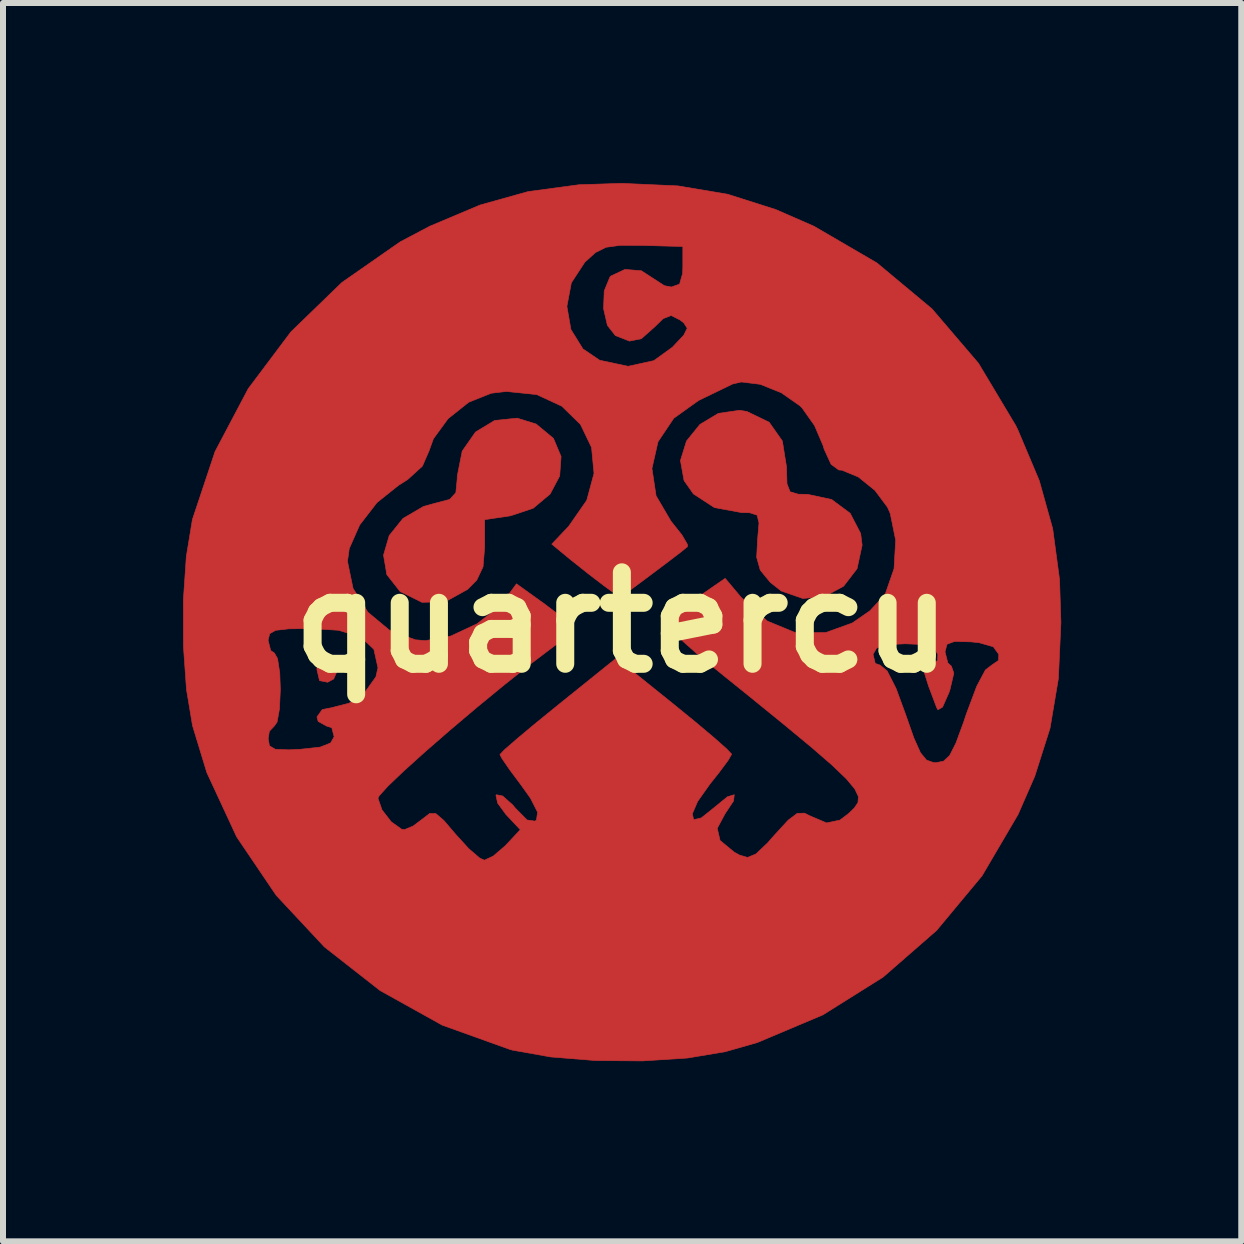
<source format=kicad_pcb>
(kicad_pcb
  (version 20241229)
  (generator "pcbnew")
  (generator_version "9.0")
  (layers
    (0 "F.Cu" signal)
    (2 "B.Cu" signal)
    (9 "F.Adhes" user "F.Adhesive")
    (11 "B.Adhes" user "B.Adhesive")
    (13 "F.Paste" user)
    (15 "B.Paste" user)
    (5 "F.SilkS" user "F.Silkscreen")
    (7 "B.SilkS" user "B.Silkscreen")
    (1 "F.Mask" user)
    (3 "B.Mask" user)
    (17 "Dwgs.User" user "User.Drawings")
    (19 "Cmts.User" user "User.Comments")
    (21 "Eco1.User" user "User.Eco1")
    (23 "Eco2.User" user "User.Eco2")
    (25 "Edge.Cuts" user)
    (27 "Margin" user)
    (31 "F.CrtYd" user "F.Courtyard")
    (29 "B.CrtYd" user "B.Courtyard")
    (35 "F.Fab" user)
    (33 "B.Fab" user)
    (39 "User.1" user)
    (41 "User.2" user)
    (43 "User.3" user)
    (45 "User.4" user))
  (footprint "quartercu"
    (layer "F.Cu")
    (at 7.311 7.32)
    (property "Reference" "quartercu" (at 0 0 0) (layer "F.SilkS") (effects (font (size 1.524 1.524) (thickness 0.3))))
    (attr through_hole)
    (fp_poly (pts (xy -4.902 0.527) (xy -4.756 0.642) (xy -4.724 0.762) (xy -4.801 0.942) (xy -4.902 0.997) (xy -5.037 0.97) (xy -5.08 0.79) (xy -5.08 0.762) (xy -5.045 0.565) (xy -4.921 0.524) (xy -4.902 0.527)) (stroke (width 0.01) (type solid)) (fill yes) (layer "F.Cu"))
    (fp_poly (pts (xy -1.428 -3.305) (xy -1.14 -3.066) (xy -1.013 -2.764) (xy -1.036 -2.44) (xy -1.195 -2.139) (xy -1.478 -1.902) (xy -1.857 -1.776) (xy -2.286 -1.712) (xy -2.286 -1.253) (xy -2.313 -0.926) (xy -2.418 -0.704) (xy -2.571 -0.55) (xy -2.943 -0.344) (xy -3.331 -0.335) (xy -3.695 -0.515) (xy -3.916 -0.796) (xy -3.971 -1.121) (xy -3.876 -1.447) (xy -3.647 -1.732) (xy -3.303 -1.933) (xy -3.11 -1.986) (xy -2.869 -2.049) (xy -2.766 -2.161) (xy -2.743 -2.395) (xy -2.743 -2.436) (xy -2.66 -2.854) (xy -2.438 -3.172) (xy -2.119 -3.365) (xy -1.744 -3.403) (xy -1.428 -3.305)) (stroke (width 0.01) (type solid)) (fill yes) (layer "F.Cu"))
    (fp_poly (pts (xy 2.083 -3.514) (xy 2.454 -3.335) (xy 2.674 -3.022) (xy 2.743 -2.591) (xy 2.751 -2.31) (xy 2.802 -2.177) (xy 2.94 -2.136) (xy 3.093 -2.134) (xy 3.495 -2.048) (xy 3.804 -1.818) (xy 3.979 -1.481) (xy 4.003 -1.286) (xy 3.918 -0.894) (xy 3.694 -0.603) (xy 3.377 -0.432) (xy 3.015 -0.399) (xy 2.654 -0.524) (xy 2.472 -0.668) (xy 2.306 -0.871) (xy 2.246 -1.084) (xy 2.261 -1.379) (xy 2.285 -1.657) (xy 2.253 -1.787) (xy 2.131 -1.827) (xy 1.994 -1.83) (xy 1.542 -1.913) (xy 1.192 -2.141) (xy 1.036 -2.364) (xy 0.976 -2.697) (xy 1.077 -3.022) (xy 1.3 -3.298) (xy 1.608 -3.483) (xy 1.962 -3.534) (xy 2.083 -3.514)) (stroke (width 0.01) (type solid)) (fill yes) (layer "F.Cu"))
    (fp_poly (pts (xy 0.934 -7.273) (xy 1.762 -7.134) (xy 2.564 -6.879) (xy 3.2 -6.601) (xy 4.25 -5.989) (xy 5.167 -5.224) (xy 5.942 -4.317) (xy 6.565 -3.276) (xy 6.601 -3.2) (xy 6.954 -2.363) (xy 7.178 -1.562) (xy 7.292 -0.715) (xy 7.315 -0.000001) (xy 7.273 0.934) (xy 7.134 1.762) (xy 6.879 2.564) (xy 6.601 3.2) (xy 6.001 4.222) (xy 5.244 5.132) (xy 4.352 5.91) (xy 3.349 6.539) (xy 2.257 7) (xy 1.721 7.153) (xy 1.092 7.258) (xy 0.347 7.306) (xy -0.438 7.3) (xy -1.185 7.24) (xy -1.82 7.127) (xy -1.868 7.114) (xy -2.993 6.71) (xy -4.028 6.134) (xy -4.956 5.407) (xy -5.759 4.547) (xy -6.418 3.573) (xy -6.915 2.502) (xy -7.153 1.721) (xy -7.254 1.116) (xy -7.305 0.394) (xy -7.305 0.305) (xy -5.893 0.305) (xy -5.85 0.47) (xy -5.791 0.508) (xy -5.737 0.601) (xy -5.7 0.842) (xy -5.69 1.118) (xy -5.705 1.442) (xy -5.745 1.662) (xy -5.791 1.727) (xy -5.873 1.813) (xy -5.893 1.936) (xy -5.872 2.056) (xy -5.776 2.113) (xy -5.555 2.123) (xy -5.36 2.114) (xy -5.028 2.078) (xy -4.853 2.009) (xy -4.794 1.905) (xy -4.833 1.754) (xy -4.92 1.727) (xy -5.06 1.649) (xy -5.08 1.575) (xy -4.992 1.452) (xy -4.84 1.422) (xy -4.544 1.346) (xy -4.275 1.155) (xy -4.098 0.907) (xy -4.064 0.755) (xy -4.132 0.448) (xy -4.347 0.243) (xy -4.722 0.131) (xy -5.182 0.102) (xy -5.555 0.107) (xy -5.769 0.132) (xy -5.867 0.188) (xy -5.893 0.289) (xy -5.893 0.305) (xy -7.305 0.305) (xy -7.306 -0.37) (xy -7.262 -1.017) (xy -4.572 -1.017) (xy -4.479 -0.567) (xy -4.231 -0.169) (xy -3.87 0.131) (xy -3.441 0.29) (xy -3.273 0.304) (xy -2.85 0.227) (xy -2.412 0.023) (xy -2.049 -0.259) (xy -1.956 -0.369) (xy -1.756 -0.643) (xy -1.284 -0.304) (xy -1.029 -0.11) (xy -0.857 0.04) (xy -0.813 0.1) (xy -0.887 0.195) (xy -1.072 0.353) (xy -1.143 0.406) (xy -1.527 0.697) (xy -1.96 1.041) (xy -2.415 1.415) (xy -2.863 1.794) (xy -3.278 2.155) (xy -3.631 2.473) (xy -3.896 2.726) (xy -4.043 2.888) (xy -4.064 2.929) (xy -3.997 3.123) (xy -3.842 3.323) (xy -3.671 3.445) (xy -3.624 3.454) (xy -3.477 3.392) (xy -3.324 3.277) (xy -3.203 3.184) (xy -3.1 3.185) (xy -2.965 3.301) (xy -2.769 3.531) (xy -2.551 3.77) (xy -2.368 3.927) (xy -2.291 3.962) (xy -2.144 3.894) (xy -1.949 3.727) (xy -1.93 3.708) (xy -1.692 3.454) (xy -1.93 3.201) (xy -2.069 3.012) (xy -2.098 2.881) (xy -2.091 2.871) (xy -1.986 2.892) (xy -1.821 3.039) (xy -1.772 3.097) (xy -1.579 3.292) (xy -1.446 3.311) (xy -1.423 3.292) (xy -1.404 3.162) (xy -1.523 2.928) (xy -1.674 2.716) (xy -1.867 2.457) (xy -1.997 2.268) (xy -2.032 2.202) (xy -1.958 2.124) (xy -1.754 1.946) (xy -1.453 1.694) (xy -1.084 1.394) (xy -1.062 1.376) (xy -0.092 0.595) (xy 0.868 1.368) (xy 1.238 1.67) (xy 1.542 1.926) (xy 1.749 2.11) (xy 1.829 2.195) (xy 1.829 2.196) (xy 1.77 2.299) (xy 1.616 2.506) (xy 1.465 2.696) (xy 1.262 2.983) (xy 1.174 3.188) (xy 1.196 3.288) (xy 1.324 3.257) (xy 1.534 3.089) (xy 1.759 2.905) (xy 1.873 2.871) (xy 1.86 2.976) (xy 1.719 3.188) (xy 1.589 3.431) (xy 1.636 3.633) (xy 1.871 3.827) (xy 1.961 3.877) (xy 2.095 3.916) (xy 2.234 3.858) (xy 2.426 3.676) (xy 2.545 3.541) (xy 2.771 3.295) (xy 2.921 3.182) (xy 3.043 3.178) (xy 3.14 3.226) (xy 3.411 3.341) (xy 3.633 3.294) (xy 3.777 3.185) (xy 3.874 3.091) (xy 3.934 3.001) (xy 3.941 2.901) (xy 3.881 2.775) (xy 3.741 2.607) (xy 3.507 2.382) (xy 3.165 2.085) (xy 2.7 1.7) (xy 2.1 1.212) (xy 1.688 0.88) (xy 1.263 0.533) (xy 1.263 0.533) (xy 4.185 0.533) (xy 4.222 0.684) (xy 4.302 0.711) (xy 4.421 0.81) (xy 4.569 1.102) (xy 4.724 1.524) (xy 4.865 1.926) (xy 4.975 2.171) (xy 5.076 2.294) (xy 5.192 2.335) (xy 5.232 2.337) (xy 5.358 2.313) (xy 5.461 2.218) (xy 5.565 2.013) (xy 5.695 1.66) (xy 5.74 1.524) (xy 5.912 1.065) (xy 6.057 0.792) (xy 6.163 0.711) (xy 6.276 0.633) (xy 6.28 0.533) (xy 6.189 0.406) (xy 5.952 0.338) (xy 5.816 0.324) (xy 5.542 0.317) (xy 5.417 0.364) (xy 5.385 0.484) (xy 5.385 0.494) (xy 5.431 0.675) (xy 5.49 0.729) (xy 5.531 0.845) (xy 5.467 1.118) (xy 5.45 1.169) (xy 5.343 1.411) (xy 5.266 1.456) (xy 5.246 1.422) (xy 5.11 1.061) (xy 5.043 0.848) (xy 5.041 0.746) (xy 5.096 0.713) (xy 5.141 0.711) (xy 5.26 0.635) (xy 5.264 0.533) (xy 5.198 0.423) (xy 5.025 0.369) (xy 4.724 0.356) (xy 4.407 0.371) (xy 4.243 0.429) (xy 4.185 0.533) (xy 1.263 0.533) (xy 0.985 0.285) (xy 0.847 0.103) (xy 0.839 -0.044) (xy 0.953 -0.188) (xy 1.181 -0.36) (xy 1.32 -0.457) (xy 1.721 -0.734) (xy 1.99 -0.414) (xy 2.424 -0.022) (xy 2.897 0.173) (xy 3.4 0.168) (xy 3.839 0.01) (xy 4.132 -0.193) (xy 4.366 -0.444) (xy 4.394 -0.489) (xy 4.535 -0.895) (xy 4.562 -1.37) (xy 4.472 -1.814) (xy 4.425 -1.92) (xy 4.217 -2.199) (xy 3.94 -2.423) (xy 3.667 -2.536) (xy 3.614 -2.54) (xy 3.486 -2.634) (xy 3.371 -2.884) (xy 3.353 -2.946) (xy 3.21 -3.28) (xy 3.003 -3.573) (xy 2.968 -3.608) (xy 2.657 -3.826) (xy 2.306 -3.967) (xy 1.988 -4.006) (xy 1.844 -3.972) (xy 1.649 -3.877) (xy 1.367 -3.741) (xy 1.279 -3.698) (xy 0.865 -3.402) (xy 0.602 -3.01) (xy 0.501 -2.565) (xy 0.57 -2.109) (xy 0.819 -1.685) (xy 0.826 -1.677) (xy 1.002 -1.455) (xy 1.092 -1.3) (xy 1.093 -1.262) (xy 0.991 -1.179) (xy 0.773 -1.012) (xy 0.507 -0.812) (xy -0.028 -0.413) (xy -0.294 -0.608) (xy -0.56 -0.811) (xy -0.847 -1.04) (xy -0.864 -1.053) (xy -1.168 -1.304) (xy -0.887 -1.6) (xy -0.585 -2.034) (xy -0.464 -2.483) (xy -0.505 -2.914) (xy -0.689 -3.298) (xy -1 -3.602) (xy -1.418 -3.796) (xy -1.926 -3.848) (xy -2.177 -3.818) (xy -2.552 -3.668) (xy -2.895 -3.395) (xy -3.14 -3.06) (xy -3.213 -2.857) (xy -3.323 -2.604) (xy -3.568 -2.381) (xy -3.721 -2.284) (xy -4.08 -1.997) (xy -4.368 -1.624) (xy -4.542 -1.231) (xy -4.572 -1.017) (xy -7.262 -1.017) (xy -7.257 -1.095) (xy -7.157 -1.704) (xy -7.153 -1.721) (xy -6.778 -2.846) (xy -6.225 -3.894) (xy -5.514 -4.841) (xy -5.076 -5.265) (xy -0.916 -5.265) (xy -0.849 -4.88) (xy -0.649 -4.557) (xy -0.37 -4.368) (xy 0.104 -4.267) (xy 0.532 -4.361) (xy 0.841 -4.584) (xy 1.031 -4.785) (xy 1.089 -4.902) (xy 1.031 -4.991) (xy 0.969 -5.039) (xy 0.821 -5.114) (xy 0.687 -5.061) (xy 0.548 -4.925) (xy 0.325 -4.727) (xy 0.127 -4.687) (xy -0.108 -4.779) (xy -0.241 -4.949) (xy -0.305 -5.227) (xy -0.294 -5.523) (xy -0.2 -5.752) (xy -0.183 -5.771) (xy 0.051 -5.881) (xy 0.325 -5.859) (xy 0.508 -5.74) (xy 0.709 -5.61) (xy 0.825 -5.588) (xy 0.961 -5.636) (xy 1.012 -5.813) (xy 1.016 -5.925) (xy 1.016 -6.263) (xy 0.348 -6.281) (xy -0.024 -6.283) (xy -0.264 -6.25) (xy -0.439 -6.163) (xy -0.617 -6.002) (xy -0.842 -5.658) (xy -0.916 -5.265) (xy -5.076 -5.265) (xy -4.664 -5.664) (xy -3.693 -6.341) (xy -3.2 -6.601) (xy -2.363 -6.954) (xy -1.562 -7.178) (xy -0.715 -7.292) (xy -0.000001 -7.315) (xy 0.934 -7.273)) (stroke (width 0.01) (type solid)) (fill yes) (layer "F.Cu")))
  (gr_rect
    (start -3 -3)
    (end 17.631 17.632)
    (stroke (width 0.1) (type default))
    (fill no)
    (layer "Edge.Cuts")))
</source>
